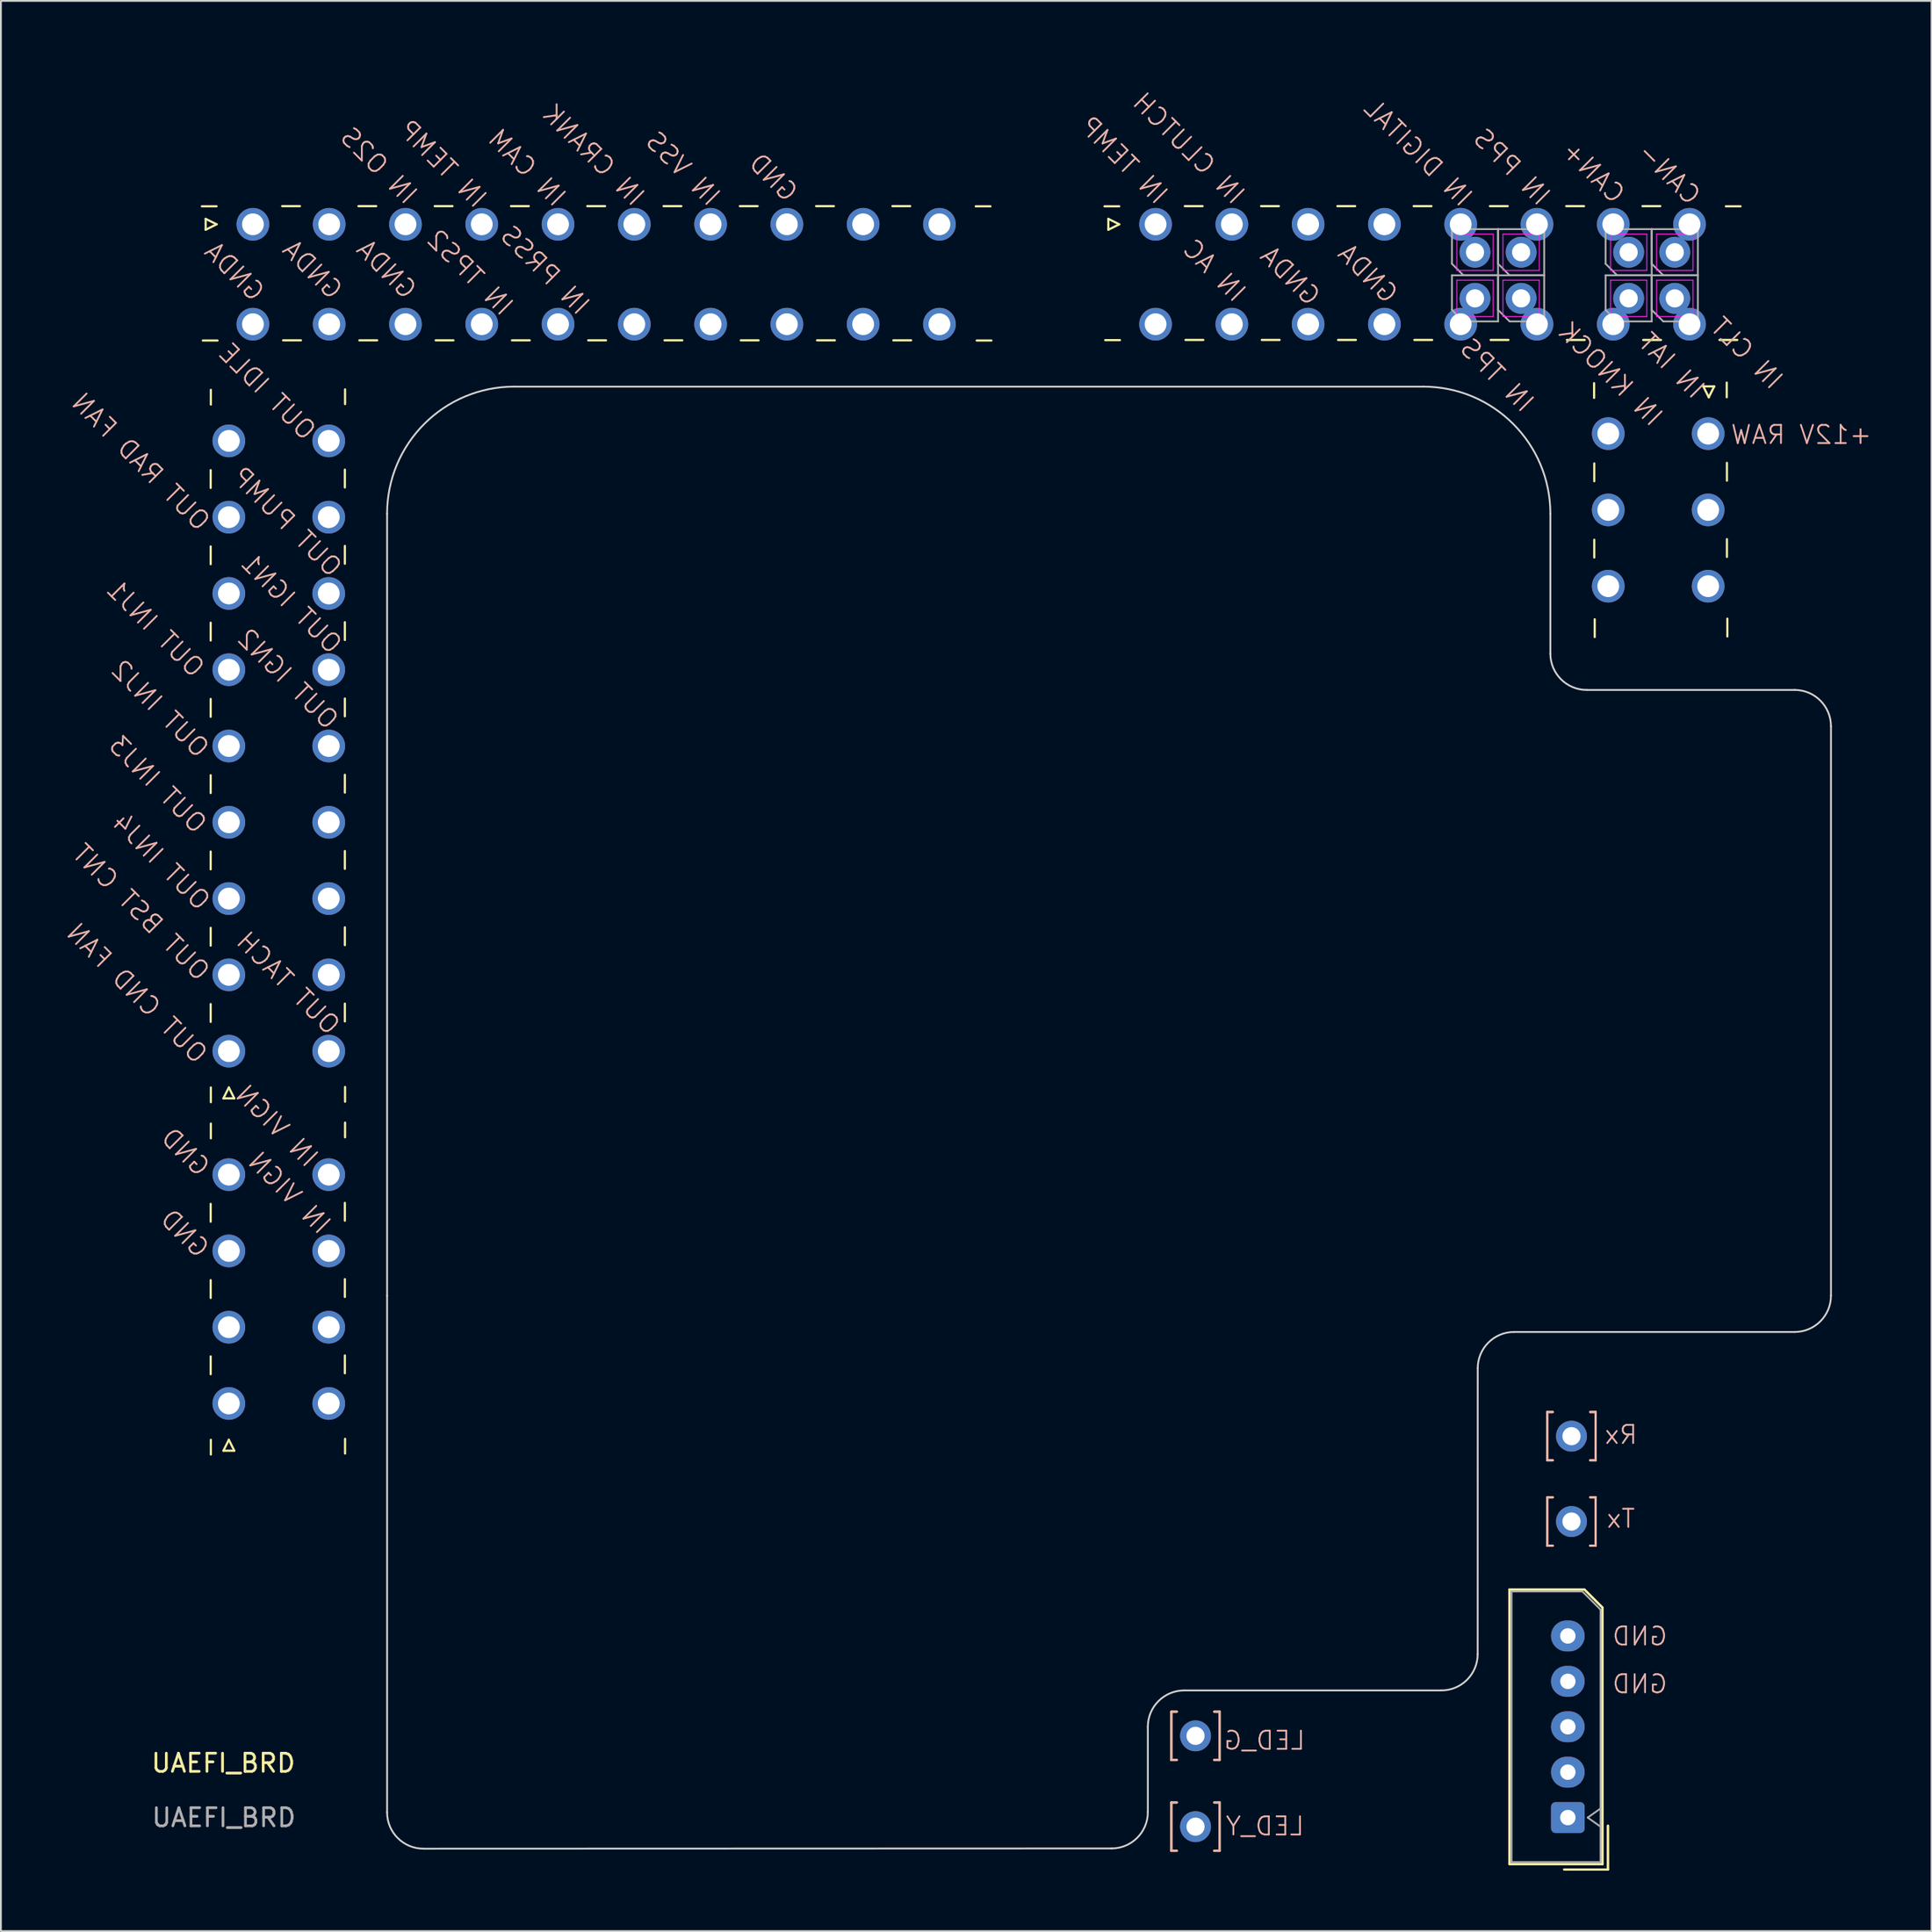
<source format=kicad_pcb>
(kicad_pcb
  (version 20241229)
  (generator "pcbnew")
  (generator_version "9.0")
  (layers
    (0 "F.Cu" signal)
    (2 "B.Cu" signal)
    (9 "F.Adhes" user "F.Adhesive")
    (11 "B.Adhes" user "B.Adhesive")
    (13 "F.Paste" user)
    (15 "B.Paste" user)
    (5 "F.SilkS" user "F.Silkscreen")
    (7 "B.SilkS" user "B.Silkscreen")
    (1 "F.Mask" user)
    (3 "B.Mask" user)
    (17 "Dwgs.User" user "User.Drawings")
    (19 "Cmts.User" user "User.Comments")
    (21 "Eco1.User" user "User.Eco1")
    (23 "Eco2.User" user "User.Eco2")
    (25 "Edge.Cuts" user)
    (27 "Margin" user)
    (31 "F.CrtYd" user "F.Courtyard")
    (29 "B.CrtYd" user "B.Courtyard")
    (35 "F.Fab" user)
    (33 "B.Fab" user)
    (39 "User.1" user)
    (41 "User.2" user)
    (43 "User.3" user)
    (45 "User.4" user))
  (footprint "UAEFI_BRD"
    (layer "F.Cu")
    (at 0.25 100.025)
    (property "Reference" "UAEFI_BRD" (at 9 -6 0) (unlocked yes) (layer "F.SilkS") (effects (font (size 1 1) (thickness 0.15))))
    (fp_line (start 8.025 -91.025) (end 8.625 -90.725) (stroke (width 0.12) (type solid)) (layer "F.SilkS"))
    (fp_line (start 8.025 -90.425) (end 8.025 -91.025) (stroke (width 0.12) (type solid)) (layer "F.SilkS"))
    (fp_line (start 8.3 -76.21) (end 8.3 -77.19) (stroke (width 0.12) (type solid)) (layer "F.SilkS"))
    (fp_line (start 8.3 -72.01) (end 8.3 -72.99) (stroke (width 0.12) (type solid)) (layer "F.SilkS"))
    (fp_line (start 8.3 -67.81) (end 8.3 -68.79) (stroke (width 0.12) (type solid)) (layer "F.SilkS"))
    (fp_line (start 8.3 -63.61) (end 8.3 -64.59) (stroke (width 0.12) (type solid)) (layer "F.SilkS"))
    (fp_line (start 8.3 -59.41) (end 8.3 -60.39) (stroke (width 0.12) (type solid)) (layer "F.SilkS"))
    (fp_line (start 8.3 -55.21) (end 8.3 -56.19) (stroke (width 0.12) (type solid)) (layer "F.SilkS"))
    (fp_line (start 8.3 -51.01) (end 8.3 -51.99) (stroke (width 0.12) (type solid)) (layer "F.SilkS"))
    (fp_line (start 8.3 -46.81) (end 8.3 -47.79) (stroke (width 0.12) (type solid)) (layer "F.SilkS"))
    (fp_line (start 8.3 -35.81) (end 8.3 -36.79) (stroke (width 0.12) (type solid)) (layer "F.SilkS"))
    (fp_line (start 8.3 -31.61) (end 8.3 -32.59) (stroke (width 0.12) (type solid)) (layer "F.SilkS"))
    (fp_line (start 8.3 -27.41) (end 8.3 -28.39) (stroke (width 0.12) (type solid)) (layer "F.SilkS"))
    (fp_line (start 8.31 -80.8) (end 8.31 -81.61) (stroke (width 0.12) (type solid)) (layer "F.SilkS"))
    (fp_line (start 8.31 -43.2) (end 8.31 -42.39) (stroke (width 0.12) (type solid)) (layer "F.SilkS"))
    (fp_line (start 8.31 -40.4) (end 8.31 -41.21) (stroke (width 0.12) (type solid)) (layer "F.SilkS"))
    (fp_line (start 8.31 -23.8) (end 8.31 -22.99) (stroke (width 0.12) (type solid)) (layer "F.SilkS"))
    (fp_line (start 8.625 -91.715) (end 7.815 -91.715) (stroke (width 0.12) (type solid)) (layer "F.SilkS"))
    (fp_line (start 8.625 -90.725) (end 8.025 -90.425) (stroke (width 0.12) (type solid)) (layer "F.SilkS"))
    (fp_line (start 8.677 -84.326) (end 7.867 -84.326) (stroke (width 0.12) (type solid)) (layer "F.SilkS"))
    (fp_line (start 9 -42.6) (end 9.3 -43.2) (stroke (width 0.12) (type solid)) (layer "F.SilkS"))
    (fp_line (start 9 -23.2) (end 9.3 -23.8) (stroke (width 0.12) (type solid)) (layer "F.SilkS"))
    (fp_line (start 9.3 -43.2) (end 9.6 -42.6) (stroke (width 0.12) (type solid)) (layer "F.SilkS"))
    (fp_line (start 9.3 -23.8) (end 9.6 -23.2) (stroke (width 0.12) (type solid)) (layer "F.SilkS"))
    (fp_line (start 9.6 -42.6) (end 9 -42.6) (stroke (width 0.12) (type solid)) (layer "F.SilkS"))
    (fp_line (start 9.6 -23.2) (end 9 -23.2) (stroke (width 0.12) (type solid)) (layer "F.SilkS"))
    (fp_line (start 12.235 -91.725) (end 13.215 -91.725) (stroke (width 0.12) (type solid)) (layer "F.SilkS"))
    (fp_line (start 12.287 -84.336) (end 13.267 -84.336) (stroke (width 0.12) (type solid)) (layer "F.SilkS"))
    (fp_line (start 15.689 -35.864) (end 15.689 -36.844) (stroke (width 0.12) (type solid)) (layer "F.SilkS"))
    (fp_line (start 15.689 -31.664) (end 15.689 -32.644) (stroke (width 0.12) (type solid)) (layer "F.SilkS"))
    (fp_line (start 15.689 -27.464) (end 15.689 -28.444) (stroke (width 0.12) (type solid)) (layer "F.SilkS"))
    (fp_line (start 15.689 -76.236) (end 15.689 -77.216) (stroke (width 0.12) (type solid)) (layer "F.SilkS"))
    (fp_line (start 15.689 -72.036) (end 15.689 -73.016) (stroke (width 0.12) (type solid)) (layer "F.SilkS"))
    (fp_line (start 15.689 -67.836) (end 15.689 -68.816) (stroke (width 0.12) (type solid)) (layer "F.SilkS"))
    (fp_line (start 15.689 -63.636) (end 15.689 -64.616) (stroke (width 0.12) (type solid)) (layer "F.SilkS"))
    (fp_line (start 15.689 -59.436) (end 15.689 -60.416) (stroke (width 0.12) (type solid)) (layer "F.SilkS"))
    (fp_line (start 15.689 -55.236) (end 15.689 -56.216) (stroke (width 0.12) (type solid)) (layer "F.SilkS"))
    (fp_line (start 15.689 -51.036) (end 15.689 -52.016) (stroke (width 0.12) (type solid)) (layer "F.SilkS"))
    (fp_line (start 15.689 -46.836) (end 15.689 -47.816) (stroke (width 0.12) (type solid)) (layer "F.SilkS"))
    (fp_line (start 15.699 -40.454) (end 15.699 -41.264) (stroke (width 0.12) (type solid)) (layer "F.SilkS"))
    (fp_line (start 15.699 -23.854) (end 15.699 -23.044) (stroke (width 0.12) (type solid)) (layer "F.SilkS"))
    (fp_line (start 15.699 -80.826) (end 15.699 -81.636) (stroke (width 0.12) (type solid)) (layer "F.SilkS"))
    (fp_line (start 15.699 -43.226) (end 15.699 -42.416) (stroke (width 0.12) (type solid)) (layer "F.SilkS"))
    (fp_line (start 16.435 -91.725) (end 17.415 -91.725) (stroke (width 0.12) (type solid)) (layer "F.SilkS"))
    (fp_line (start 16.487 -84.336) (end 17.467 -84.336) (stroke (width 0.12) (type solid)) (layer "F.SilkS"))
    (fp_line (start 20.635 -91.725) (end 21.615 -91.725) (stroke (width 0.12) (type solid)) (layer "F.SilkS"))
    (fp_line (start 20.687 -84.336) (end 21.667 -84.336) (stroke (width 0.12) (type solid)) (layer "F.SilkS"))
    (fp_line (start 24.835 -91.725) (end 25.815 -91.725) (stroke (width 0.12) (type solid)) (layer "F.SilkS"))
    (fp_line (start 24.887 -84.336) (end 25.867 -84.336) (stroke (width 0.12) (type solid)) (layer "F.SilkS"))
    (fp_line (start 29.035 -91.725) (end 30.015 -91.725) (stroke (width 0.12) (type solid)) (layer "F.SilkS"))
    (fp_line (start 29.087 -84.336) (end 30.067 -84.336) (stroke (width 0.12) (type solid)) (layer "F.SilkS"))
    (fp_line (start 33.235 -91.725) (end 34.215 -91.725) (stroke (width 0.12) (type solid)) (layer "F.SilkS"))
    (fp_line (start 33.287 -84.336) (end 34.267 -84.336) (stroke (width 0.12) (type solid)) (layer "F.SilkS"))
    (fp_line (start 37.435 -91.725) (end 38.415 -91.725) (stroke (width 0.12) (type solid)) (layer "F.SilkS"))
    (fp_line (start 37.487 -84.336) (end 38.467 -84.336) (stroke (width 0.12) (type solid)) (layer "F.SilkS"))
    (fp_line (start 41.635 -91.725) (end 42.615 -91.725) (stroke (width 0.12) (type solid)) (layer "F.SilkS"))
    (fp_line (start 41.687 -84.336) (end 42.667 -84.336) (stroke (width 0.12) (type solid)) (layer "F.SilkS"))
    (fp_line (start 45.835 -91.725) (end 46.815 -91.725) (stroke (width 0.12) (type solid)) (layer "F.SilkS"))
    (fp_line (start 45.887 -84.336) (end 46.867 -84.336) (stroke (width 0.12) (type solid)) (layer "F.SilkS"))
    (fp_line (start 50.425 -91.715) (end 51.235 -91.715) (stroke (width 0.12) (type solid)) (layer "F.SilkS"))
    (fp_line (start 50.477 -84.326) (end 51.287 -84.326) (stroke (width 0.12) (type solid)) (layer "F.SilkS"))
    (fp_line (start 57.725 -91.025) (end 58.325 -90.725) (stroke (width 0.12) (type solid)) (layer "F.SilkS"))
    (fp_line (start 57.725 -90.425) (end 57.725 -91.025) (stroke (width 0.12) (type solid)) (layer "F.SilkS"))
    (fp_line (start 58.325 -91.715) (end 57.515 -91.715) (stroke (width 0.12) (type solid)) (layer "F.SilkS"))
    (fp_line (start 58.325 -90.725) (end 57.725 -90.425) (stroke (width 0.12) (type solid)) (layer "F.SilkS"))
    (fp_line (start 58.364 -84.348) (end 57.554 -84.348) (stroke (width 0.12) (type solid)) (layer "F.SilkS"))
    (fp_line (start 61.195 -8.83) (end 61.195 -6.17) (stroke (width 0.12) (type solid)) (layer "F.SilkS"))
    (fp_line (start 61.195 -3.83) (end 61.195 -1.17) (stroke (width 0.12) (type solid)) (layer "F.SilkS"))
    (fp_line (start 61.49 -6.17) (end 61.195 -6.17) (stroke (width 0.12) (type solid)) (layer "F.SilkS"))
    (fp_line (start 61.49 -1.17) (end 61.195 -1.17) (stroke (width 0.12) (type solid)) (layer "F.SilkS"))
    (fp_line (start 61.501 -8.83) (end 61.195 -8.83) (stroke (width 0.12) (type solid)) (layer "F.SilkS"))
    (fp_line (start 61.501 -3.83) (end 61.195 -3.83) (stroke (width 0.12) (type solid)) (layer "F.SilkS"))
    (fp_line (start 61.935 -91.725) (end 62.915 -91.725) (stroke (width 0.12) (type solid)) (layer "F.SilkS"))
    (fp_line (start 61.974 -84.358) (end 62.954 -84.358) (stroke (width 0.12) (type solid)) (layer "F.SilkS"))
    (fp_line (start 63.549 -6.17) (end 63.855 -6.17) (stroke (width 0.12) (type solid)) (layer "F.SilkS"))
    (fp_line (start 63.549 -1.17) (end 63.855 -1.17) (stroke (width 0.12) (type solid)) (layer "F.SilkS"))
    (fp_line (start 63.561 -8.83) (end 63.855 -8.83) (stroke (width 0.12) (type solid)) (layer "F.SilkS"))
    (fp_line (start 63.561 -3.83) (end 63.855 -3.83) (stroke (width 0.12) (type solid)) (layer "F.SilkS"))
    (fp_line (start 63.855 -6.17) (end 63.855 -8.83) (stroke (width 0.12) (type solid)) (layer "F.SilkS"))
    (fp_line (start 63.855 -1.17) (end 63.855 -3.83) (stroke (width 0.12) (type solid)) (layer "F.SilkS"))
    (fp_line (start 66.135 -91.725) (end 67.115 -91.725) (stroke (width 0.12) (type solid)) (layer "F.SilkS"))
    (fp_line (start 66.174 -84.358) (end 67.154 -84.358) (stroke (width 0.12) (type solid)) (layer "F.SilkS"))
    (fp_line (start 70.335 -91.725) (end 71.315 -91.725) (stroke (width 0.12) (type solid)) (layer "F.SilkS"))
    (fp_line (start 70.374 -84.358) (end 71.354 -84.358) (stroke (width 0.12) (type solid)) (layer "F.SilkS"))
    (fp_line (start 74.535 -91.725) (end 75.515 -91.725) (stroke (width 0.12) (type solid)) (layer "F.SilkS"))
    (fp_line (start 74.574 -84.358) (end 75.554 -84.358) (stroke (width 0.12) (type solid)) (layer "F.SilkS"))
    (fp_line (start 78.735 -91.725) (end 79.715 -91.725) (stroke (width 0.12) (type solid)) (layer "F.SilkS"))
    (fp_line (start 78.774 -84.358) (end 79.754 -84.358) (stroke (width 0.12) (type solid)) (layer "F.SilkS"))
    (fp_line (start 79.815 -15.56) (end 79.815 -0.44) (stroke (width 0.12) (type solid)) (layer "F.SilkS"))
    (fp_line (start 79.815 -15.56) (end 79.815 -0.44) (stroke (width 0.12) (type solid)) (layer "F.SilkS"))
    (fp_line (start 79.815 -0.44) (end 84.935 -0.44) (stroke (width 0.12) (type solid)) (layer "F.SilkS"))
    (fp_line (start 79.815 -0.44) (end 84.935 -0.44) (stroke (width 0.12) (type solid)) (layer "F.SilkS"))
    (fp_line (start 81.895 -25.33) (end 81.895 -22.67) (stroke (width 0.12) (type solid)) (layer "F.SilkS"))
    (fp_line (start 81.895 -20.63) (end 81.895 -17.97) (stroke (width 0.12) (type solid)) (layer "F.SilkS"))
    (fp_line (start 82.19 -22.67) (end 81.895 -22.67) (stroke (width 0.12) (type solid)) (layer "F.SilkS"))
    (fp_line (start 82.19 -17.97) (end 81.895 -17.97) (stroke (width 0.12) (type solid)) (layer "F.SilkS"))
    (fp_line (start 82.201 -25.33) (end 81.895 -25.33) (stroke (width 0.12) (type solid)) (layer "F.SilkS"))
    (fp_line (start 82.201 -20.63) (end 81.895 -20.63) (stroke (width 0.12) (type solid)) (layer "F.SilkS"))
    (fp_line (start 82.825 -0.14) (end 85.235 -0.14) (stroke (width 0.12) (type solid)) (layer "F.SilkS"))
    (fp_line (start 82.825 -0.14) (end 85.235 -0.14) (stroke (width 0.12) (type solid)) (layer "F.SilkS"))
    (fp_line (start 82.935 -91.725) (end 83.915 -91.725) (stroke (width 0.12) (type solid)) (layer "F.SilkS"))
    (fp_line (start 82.974 -84.358) (end 83.954 -84.358) (stroke (width 0.12) (type solid)) (layer "F.SilkS"))
    (fp_line (start 83.935 -15.56) (end 79.815 -15.56) (stroke (width 0.12) (type solid)) (layer "F.SilkS"))
    (fp_line (start 83.935 -15.56) (end 79.815 -15.56) (stroke (width 0.12) (type solid)) (layer "F.SilkS"))
    (fp_line (start 84.249 -22.67) (end 84.555 -22.67) (stroke (width 0.12) (type solid)) (layer "F.SilkS"))
    (fp_line (start 84.249 -17.97) (end 84.555 -17.97) (stroke (width 0.12) (type solid)) (layer "F.SilkS"))
    (fp_line (start 84.261 -25.33) (end 84.555 -25.33) (stroke (width 0.12) (type solid)) (layer "F.SilkS"))
    (fp_line (start 84.261 -20.63) (end 84.555 -20.63) (stroke (width 0.12) (type solid)) (layer "F.SilkS"))
    (fp_line (start 84.47 -81.168) (end 84.47 -81.978) (stroke (width 0.12) (type solid)) (layer "F.SilkS"))
    (fp_line (start 84.48 -77.558) (end 84.48 -76.578) (stroke (width 0.12) (type solid)) (layer "F.SilkS"))
    (fp_line (start 84.48 -73.358) (end 84.48 -72.378) (stroke (width 0.12) (type solid)) (layer "F.SilkS"))
    (fp_line (start 84.504 -68) (end 84.504 -68.98) (stroke (width 0.12) (type solid)) (layer "F.SilkS"))
    (fp_line (start 84.555 -22.67) (end 84.555 -25.33) (stroke (width 0.12) (type solid)) (layer "F.SilkS"))
    (fp_line (start 84.555 -17.97) (end 84.555 -20.63) (stroke (width 0.12) (type solid)) (layer "F.SilkS"))
    (fp_line (start 84.935 -14.56) (end 83.935 -15.56) (stroke (width 0.12) (type solid)) (layer "F.SilkS"))
    (fp_line (start 84.935 -14.56) (end 83.935 -15.56) (stroke (width 0.12) (type solid)) (layer "F.SilkS"))
    (fp_line (start 84.935 -0.44) (end 84.935 -14.56) (stroke (width 0.12) (type solid)) (layer "F.SilkS"))
    (fp_line (start 84.935 -0.44) (end 84.935 -14.56) (stroke (width 0.12) (type solid)) (layer "F.SilkS"))
    (fp_line (start 85.235 -0.14) (end 85.235 -2.55) (stroke (width 0.12) (type solid)) (layer "F.SilkS"))
    (fp_line (start 85.235 -0.14) (end 85.235 -2.55) (stroke (width 0.12) (type solid)) (layer "F.SilkS"))
    (fp_line (start 87.135 -91.725) (end 88.115 -91.725) (stroke (width 0.12) (type solid)) (layer "F.SilkS"))
    (fp_line (start 87.174 -84.358) (end 88.154 -84.358) (stroke (width 0.12) (type solid)) (layer "F.SilkS"))
    (fp_line (start 90.484 -81.8) (end 91.084 -81.8) (stroke (width 0.12) (type solid)) (layer "F.SilkS"))
    (fp_line (start 90.784 -81.2) (end 90.484 -81.8) (stroke (width 0.12) (type solid)) (layer "F.SilkS"))
    (fp_line (start 91.084 -81.8) (end 90.784 -81.2) (stroke (width 0.12) (type solid)) (layer "F.SilkS"))
    (fp_line (start 91.374 -84.358) (end 92.354 -84.358) (stroke (width 0.12) (type solid)) (layer "F.SilkS"))
    (fp_line (start 91.725 -91.715) (end 92.535 -91.715) (stroke (width 0.12) (type solid)) (layer "F.SilkS"))
    (fp_line (start 91.774 -81.2) (end 91.774 -82.01) (stroke (width 0.12) (type solid)) (layer "F.SilkS"))
    (fp_line (start 91.784 -77.59) (end 91.784 -76.61) (stroke (width 0.12) (type solid)) (layer "F.SilkS"))
    (fp_line (start 91.784 -73.39) (end 91.784 -72.41) (stroke (width 0.12) (type solid)) (layer "F.SilkS"))
    (fp_line (start 91.808 -68.032) (end 91.808 -69.012) (stroke (width 0.12) (type solid)) (layer "F.SilkS"))
    (fp_line (start 61.195 -6.17) (end 61.195 -8.83) (stroke (width 0.12) (type solid)) (layer "B.SilkS"))
    (fp_line (start 61.195 -1.17) (end 61.195 -3.83) (stroke (width 0.12) (type solid)) (layer "B.SilkS"))
    (fp_line (start 61.49 -8.83) (end 61.195 -8.83) (stroke (width 0.12) (type solid)) (layer "B.SilkS"))
    (fp_line (start 61.49 -3.83) (end 61.195 -3.83) (stroke (width 0.12) (type solid)) (layer "B.SilkS"))
    (fp_line (start 61.501 -6.17) (end 61.195 -6.17) (stroke (width 0.12) (type solid)) (layer "B.SilkS"))
    (fp_line (start 61.501 -1.17) (end 61.195 -1.17) (stroke (width 0.12) (type solid)) (layer "B.SilkS"))
    (fp_line (start 63.549 -8.83) (end 63.855 -8.83) (stroke (width 0.12) (type solid)) (layer "B.SilkS"))
    (fp_line (start 63.549 -3.83) (end 63.855 -3.83) (stroke (width 0.12) (type solid)) (layer "B.SilkS"))
    (fp_line (start 63.561 -6.17) (end 63.855 -6.17) (stroke (width 0.12) (type solid)) (layer "B.SilkS"))
    (fp_line (start 63.561 -1.17) (end 63.855 -1.17) (stroke (width 0.12) (type solid)) (layer "B.SilkS"))
    (fp_line (start 63.855 -8.83) (end 63.855 -6.17) (stroke (width 0.12) (type solid)) (layer "B.SilkS"))
    (fp_line (start 63.855 -3.83) (end 63.855 -1.17) (stroke (width 0.12) (type solid)) (layer "B.SilkS"))
    (fp_line (start 81.895 -22.67) (end 81.895 -25.33) (stroke (width 0.12) (type solid)) (layer "B.SilkS"))
    (fp_line (start 81.895 -17.97) (end 81.895 -20.63) (stroke (width 0.12) (type solid)) (layer "B.SilkS"))
    (fp_line (start 82.19 -25.33) (end 81.895 -25.33) (stroke (width 0.12) (type solid)) (layer "B.SilkS"))
    (fp_line (start 82.19 -20.63) (end 81.895 -20.63) (stroke (width 0.12) (type solid)) (layer "B.SilkS"))
    (fp_line (start 82.201 -22.67) (end 81.895 -22.67) (stroke (width 0.12) (type solid)) (layer "B.SilkS"))
    (fp_line (start 82.201 -17.97) (end 81.895 -17.97) (stroke (width 0.12) (type solid)) (layer "B.SilkS"))
    (fp_line (start 84.249 -25.33) (end 84.555 -25.33) (stroke (width 0.12) (type solid)) (layer "B.SilkS"))
    (fp_line (start 84.249 -20.63) (end 84.555 -20.63) (stroke (width 0.12) (type solid)) (layer "B.SilkS"))
    (fp_line (start 84.261 -22.67) (end 84.555 -22.67) (stroke (width 0.12) (type solid)) (layer "B.SilkS"))
    (fp_line (start 84.261 -17.97) (end 84.555 -17.97) (stroke (width 0.12) (type solid)) (layer "B.SilkS"))
    (fp_line (start 84.555 -25.33) (end 84.555 -22.67) (stroke (width 0.12) (type solid)) (layer "B.SilkS"))
    (fp_line (start 84.555 -20.63) (end 84.555 -17.97) (stroke (width 0.12) (type solid)) (layer "B.SilkS"))
    (fp_line (start 18.013 -31.737) (end 18.013 -74.787) (stroke (width 0.1) (type default)) (layer "Edge.Cuts"))
    (fp_line (start 18.013 -31.737) (end 18.013 -3.287) (stroke (width 0.1) (type default)) (layer "Edge.Cuts"))
    (fp_line (start 57.9 -1.3) (end 20.013 -1.287) (stroke (width 0.1) (type default)) (layer "Edge.Cuts"))
    (fp_line (start 59.9 -3.3) (end 59.9 -8) (stroke (width 0.1) (type default)) (layer "Edge.Cuts"))
    (fp_line (start 61.9 -10) (end 76.06 -10) (stroke (width 0.1) (type default)) (layer "Edge.Cuts"))
    (fp_line (start 75.063 -81.787) (end 25.013 -81.787) (stroke (width 0.1) (type default)) (layer "Edge.Cuts"))
    (fp_line (start 78.063 -27.737) (end 78.06 -12) (stroke (width 0.1) (type default)) (layer "Edge.Cuts"))
    (fp_line (start 80.063 -29.737) (end 95.513 -29.737) (stroke (width 0.1) (type default)) (layer "Edge.Cuts"))
    (fp_line (start 82.063 -74.787) (end 82.063 -67.087) (stroke (width 0.1) (type default)) (layer "Edge.Cuts"))
    (fp_line (start 95.513 -65.087) (end 84.063 -65.087) (stroke (width 0.1) (type default)) (layer "Edge.Cuts"))
    (fp_line (start 97.513 -31.737) (end 97.513 -63.087) (stroke (width 0.1) (type default)) (layer "Edge.Cuts"))
    (fp_arc (start 18.012562 -74.787438) (mid 20.062815 -79.737185) (end 25.012563 -81.787437) (stroke (width 0.1) (type solid)) (layer "Edge.Cuts"))
    (fp_arc (start 20.012563 -1.287437) (mid 18.59835 -1.873224) (end 18.012563 -3.287437) (stroke (width 0.1) (type default)) (layer "Edge.Cuts"))
    (fp_arc (start 59.899911 -8.00008) (mid 60.485719 -9.414272) (end 61.899911 -10.00008) (stroke (width 0.1) (type default)) (layer "Edge.Cuts"))
    (fp_arc (start 59.9 -3.3) (mid 59.314192 -1.885808) (end 57.9 -1.3) (stroke (width 0.1) (type default)) (layer "Edge.Cuts"))
    (fp_arc (start 75.062815 -81.787437) (mid 80.012612 -79.73722) (end 82.062814 -74.787436) (stroke (width 0.1) (type solid)) (layer "Edge.Cuts"))
    (fp_arc (start 78.060074 -11.999926) (mid 77.474266 -10.585734) (end 76.060074 -9.999926) (stroke (width 0.1) (type default)) (layer "Edge.Cuts"))
    (fp_arc (start 78.062811 -27.73718) (mid 78.648619 -29.151383) (end 80.062811 -29.73718) (stroke (width 0.1) (type default)) (layer "Edge.Cuts"))
    (fp_arc (start 84.062814 -65.087437) (mid 82.648592 -65.673201) (end 82.062814 -67.087437) (stroke (width 0.1) (type default)) (layer "Edge.Cuts"))
    (fp_arc (start 95.512563 -65.087437) (mid 96.926766 -64.50164) (end 97.512563 -63.087437) (stroke (width 0.1) (type default)) (layer "Edge.Cuts"))
    (fp_arc (start 97.512563 -31.73718) (mid 96.926801 -30.322937) (end 95.512563 -29.73718) (stroke (width 0.1) (type default)) (layer "Edge.Cuts"))
    (fp_line (start 76.913 -90.187) (end 76.913 -88.187) (stroke (width 0.05) (type solid)) (layer "F.CrtYd"))
    (fp_line (start 76.913 -88.187) (end 78.913 -88.187) (stroke (width 0.05) (type solid)) (layer "F.CrtYd"))
    (fp_line (start 76.913 -87.647) (end 76.913 -85.647) (stroke (width 0.05) (type solid)) (layer "F.CrtYd"))
    (fp_line (start 76.913 -85.647) (end 78.913 -85.647) (stroke (width 0.05) (type solid)) (layer "F.CrtYd"))
    (fp_line (start 78.913 -90.187) (end 76.913 -90.187) (stroke (width 0.05) (type solid)) (layer "F.CrtYd"))
    (fp_line (start 78.913 -88.187) (end 78.913 -90.187) (stroke (width 0.05) (type solid)) (layer "F.CrtYd"))
    (fp_line (start 78.913 -87.647) (end 76.913 -87.647) (stroke (width 0.05) (type solid)) (layer "F.CrtYd"))
    (fp_line (start 78.913 -85.647) (end 78.913 -87.647) (stroke (width 0.05) (type solid)) (layer "F.CrtYd"))
    (fp_line (start 79.453 -90.187) (end 79.453 -88.187) (stroke (width 0.05) (type solid)) (layer "F.CrtYd"))
    (fp_line (start 79.453 -88.187) (end 81.453 -88.187) (stroke (width 0.05) (type solid)) (layer "F.CrtYd"))
    (fp_line (start 79.453 -87.647) (end 79.453 -85.647) (stroke (width 0.05) (type solid)) (layer "F.CrtYd"))
    (fp_line (start 79.453 -85.647) (end 81.453 -85.647) (stroke (width 0.05) (type solid)) (layer "F.CrtYd"))
    (fp_line (start 81.453 -90.187) (end 79.453 -90.187) (stroke (width 0.05) (type solid)) (layer "F.CrtYd"))
    (fp_line (start 81.453 -88.187) (end 81.453 -90.187) (stroke (width 0.05) (type solid)) (layer "F.CrtYd"))
    (fp_line (start 81.453 -87.647) (end 79.453 -87.647) (stroke (width 0.05) (type solid)) (layer "F.CrtYd"))
    (fp_line (start 81.453 -85.647) (end 81.453 -87.647) (stroke (width 0.05) (type solid)) (layer "F.CrtYd"))
    (fp_line (start 85.373 -90.187) (end 85.373 -88.187) (stroke (width 0.05) (type solid)) (layer "F.CrtYd"))
    (fp_line (start 85.373 -88.187) (end 87.373 -88.187) (stroke (width 0.05) (type solid)) (layer "F.CrtYd"))
    (fp_line (start 85.373 -87.647) (end 85.373 -85.647) (stroke (width 0.05) (type solid)) (layer "F.CrtYd"))
    (fp_line (start 85.373 -85.647) (end 87.373 -85.647) (stroke (width 0.05) (type solid)) (layer "F.CrtYd"))
    (fp_line (start 87.373 -90.187) (end 85.373 -90.187) (stroke (width 0.05) (type solid)) (layer "F.CrtYd"))
    (fp_line (start 87.373 -88.187) (end 87.373 -90.187) (stroke (width 0.05) (type solid)) (layer "F.CrtYd"))
    (fp_line (start 87.373 -87.647) (end 85.373 -87.647) (stroke (width 0.05) (type solid)) (layer "F.CrtYd"))
    (fp_line (start 87.373 -85.647) (end 87.373 -87.647) (stroke (width 0.05) (type solid)) (layer "F.CrtYd"))
    (fp_line (start 87.913 -90.187) (end 87.913 -88.187) (stroke (width 0.05) (type solid)) (layer "F.CrtYd"))
    (fp_line (start 87.913 -88.187) (end 89.913 -88.187) (stroke (width 0.05) (type solid)) (layer "F.CrtYd"))
    (fp_line (start 87.913 -87.647) (end 87.913 -85.647) (stroke (width 0.05) (type solid)) (layer "F.CrtYd"))
    (fp_line (start 87.913 -85.647) (end 89.913 -85.647) (stroke (width 0.05) (type solid)) (layer "F.CrtYd"))
    (fp_line (start 89.913 -90.187) (end 87.913 -90.187) (stroke (width 0.05) (type solid)) (layer "F.CrtYd"))
    (fp_line (start 89.913 -88.187) (end 89.913 -90.187) (stroke (width 0.05) (type solid)) (layer "F.CrtYd"))
    (fp_line (start 89.913 -87.647) (end 87.913 -87.647) (stroke (width 0.05) (type solid)) (layer "F.CrtYd"))
    (fp_line (start 89.913 -85.647) (end 89.913 -87.647) (stroke (width 0.05) (type solid)) (layer "F.CrtYd"))
    (fp_line (start 76.643 -90.457) (end 79.183 -90.457) (stroke (width 0.1) (type solid)) (layer "F.Fab"))
    (fp_line (start 76.643 -88.552) (end 76.643 -90.457) (stroke (width 0.1) (type solid)) (layer "F.Fab"))
    (fp_line (start 76.643 -87.917) (end 79.183 -87.917) (stroke (width 0.1) (type solid)) (layer "F.Fab"))
    (fp_line (start 76.643 -86.012) (end 76.643 -87.917) (stroke (width 0.1) (type solid)) (layer "F.Fab"))
    (fp_line (start 77.278 -87.917) (end 76.643 -88.552) (stroke (width 0.1) (type solid)) (layer "F.Fab"))
    (fp_line (start 77.278 -85.377) (end 76.643 -86.012) (stroke (width 0.1) (type solid)) (layer "F.Fab"))
    (fp_line (start 79.183 -90.457) (end 79.183 -87.917) (stroke (width 0.1) (type solid)) (layer "F.Fab"))
    (fp_line (start 79.183 -90.457) (end 81.723 -90.457) (stroke (width 0.1) (type solid)) (layer "F.Fab"))
    (fp_line (start 79.183 -88.552) (end 79.183 -90.457) (stroke (width 0.1) (type solid)) (layer "F.Fab"))
    (fp_line (start 79.183 -87.917) (end 77.278 -87.917) (stroke (width 0.1) (type solid)) (layer "F.Fab"))
    (fp_line (start 79.183 -87.917) (end 79.183 -85.377) (stroke (width 0.1) (type solid)) (layer "F.Fab"))
    (fp_line (start 79.183 -87.917) (end 81.723 -87.917) (stroke (width 0.1) (type solid)) (layer "F.Fab"))
    (fp_line (start 79.183 -86.012) (end 79.183 -87.917) (stroke (width 0.1) (type solid)) (layer "F.Fab"))
    (fp_line (start 79.183 -85.377) (end 77.278 -85.377) (stroke (width 0.1) (type solid)) (layer "F.Fab"))
    (fp_line (start 79.818 -87.917) (end 79.183 -88.552) (stroke (width 0.1) (type solid)) (layer "F.Fab"))
    (fp_line (start 79.818 -85.377) (end 79.183 -86.012) (stroke (width 0.1) (type solid)) (layer "F.Fab"))
    (fp_line (start 79.925 -15.45) (end 79.925 -0.55) (stroke (width 0.1) (type solid)) (layer "F.Fab"))
    (fp_line (start 79.925 -0.55) (end 84.825 -0.55) (stroke (width 0.1) (type solid)) (layer "F.Fab"))
    (fp_line (start 81.723 -90.457) (end 81.723 -87.917) (stroke (width 0.1) (type solid)) (layer "F.Fab"))
    (fp_line (start 81.723 -87.917) (end 79.818 -87.917) (stroke (width 0.1) (type solid)) (layer "F.Fab"))
    (fp_line (start 81.723 -87.917) (end 81.723 -85.377) (stroke (width 0.1) (type solid)) (layer "F.Fab"))
    (fp_line (start 81.723 -85.377) (end 79.818 -85.377) (stroke (width 0.1) (type solid)) (layer "F.Fab"))
    (fp_line (start 83.825 -15.45) (end 79.925 -15.45) (stroke (width 0.1) (type solid)) (layer "F.Fab"))
    (fp_line (start 84.118 -3) (end 84.825 -3.5) (stroke (width 0.1) (type solid)) (layer "F.Fab"))
    (fp_line (start 84.825 -14.45) (end 83.825 -15.45) (stroke (width 0.1) (type solid)) (layer "F.Fab"))
    (fp_line (start 84.825 -2.5) (end 84.118 -3) (stroke (width 0.1) (type solid)) (layer "F.Fab"))
    (fp_line (start 84.825 -0.55) (end 84.825 -14.45) (stroke (width 0.1) (type solid)) (layer "F.Fab"))
    (fp_line (start 85.103 -90.457) (end 87.643 -90.457) (stroke (width 0.1) (type solid)) (layer "F.Fab"))
    (fp_line (start 85.103 -88.552) (end 85.103 -90.457) (stroke (width 0.1) (type solid)) (layer "F.Fab"))
    (fp_line (start 85.103 -87.917) (end 87.643 -87.917) (stroke (width 0.1) (type solid)) (layer "F.Fab"))
    (fp_line (start 85.103 -86.012) (end 85.103 -87.917) (stroke (width 0.1) (type solid)) (layer "F.Fab"))
    (fp_line (start 85.738 -87.917) (end 85.103 -88.552) (stroke (width 0.1) (type solid)) (layer "F.Fab"))
    (fp_line (start 85.738 -85.377) (end 85.103 -86.012) (stroke (width 0.1) (type solid)) (layer "F.Fab"))
    (fp_line (start 87.643 -90.457) (end 87.643 -87.917) (stroke (width 0.1) (type solid)) (layer "F.Fab"))
    (fp_line (start 87.643 -90.457) (end 90.183 -90.457) (stroke (width 0.1) (type solid)) (layer "F.Fab"))
    (fp_line (start 87.643 -88.552) (end 87.643 -90.457) (stroke (width 0.1) (type solid)) (layer "F.Fab"))
    (fp_line (start 87.643 -87.917) (end 85.738 -87.917) (stroke (width 0.1) (type solid)) (layer "F.Fab"))
    (fp_line (start 87.643 -87.917) (end 87.643 -85.377) (stroke (width 0.1) (type solid)) (layer "F.Fab"))
    (fp_line (start 87.643 -87.917) (end 90.183 -87.917) (stroke (width 0.1) (type solid)) (layer "F.Fab"))
    (fp_line (start 87.643 -86.012) (end 87.643 -87.917) (stroke (width 0.1) (type solid)) (layer "F.Fab"))
    (fp_line (start 87.643 -85.377) (end 85.738 -85.377) (stroke (width 0.1) (type solid)) (layer "F.Fab"))
    (fp_line (start 88.278 -87.917) (end 87.643 -88.552) (stroke (width 0.1) (type solid)) (layer "F.Fab"))
    (fp_line (start 88.278 -85.377) (end 87.643 -86.012) (stroke (width 0.1) (type solid)) (layer "F.Fab"))
    (fp_line (start 90.183 -90.457) (end 90.183 -87.917) (stroke (width 0.1) (type solid)) (layer "F.Fab"))
    (fp_line (start 90.183 -87.917) (end 88.278 -87.917) (stroke (width 0.1) (type solid)) (layer "F.Fab"))
    (fp_line (start 90.183 -87.917) (end 90.183 -85.377) (stroke (width 0.1) (type solid)) (layer "F.Fab"))
    (fp_line (start 90.183 -85.377) (end 88.278 -85.377) (stroke (width 0.1) (type solid)) (layer "F.Fab"))
    (fp_line (start 0 -96.475) (end 0 -3.475) (stroke (width 0.1) (type default)) (layer "User.1"))
    (fp_line (start 3.5 0.025) (end 96.5 0.025) (stroke (width 0.1) (type default)) (layer "User.1"))
    (fp_line (start 96.5 -99.975) (end 3.5 -99.975) (stroke (width 0.1) (type default)) (layer "User.1"))
    (fp_line (start 100 -3.475) (end 100 -96.475) (stroke (width 0.1) (type default)) (layer "User.1"))
    (fp_arc (start 0 -96.474874) (mid 1.025128 -98.949746) (end 3.5 -99.974874) (stroke (width 0.1) (type default)) (layer "User.1"))
    (fp_arc (start 3.5 0.025126) (mid 1.025128 -1.000002) (end 0 -3.474874) (stroke (width 0.1) (type default)) (layer "User.1"))
    (fp_arc (start 96.5 -99.974874) (mid 98.974877 -98.949751) (end 100 -96.474874) (stroke (width 0.1) (type default)) (layer "User.1"))
    (fp_arc (start 100 -3.474874) (mid 98.97487 -1.000005) (end 96.5 0.025126) (stroke (width 0.1) (type default)) (layer "User.1"))
    (fp_text user "IN VIGN" (at 14.272 -34.931 315) (unlocked yes) (layer "B.SilkS") (effects (font (size 1 1) (thickness 0.1)) (justify left bottom mirror)))
    (fp_text user "IN CLT" (at 94.224 -81.447 315) (unlocked yes) (layer "B.SilkS") (effects (font (size 1 1) (thickness 0.1)) (justify left bottom mirror)))
    (fp_text user "IN VSS" (at 35.715 -91.542 315) (unlocked yes) (layer "B.SilkS") (effects (font (size 1 1) (thickness 0.1)) (justify left bottom mirror)))
    (fp_text user "OUT IGN1" (at 14.884 -66.884 315) (unlocked yes) (layer "B.SilkS") (effects (font (size 1 1) (thickness 0.1)) (justify left bottom mirror)))
    (fp_text user "OUT CND FAN" (at 7.472 -44.328 315) (unlocked yes) (layer "B.SilkS") (effects (font (size 1 1) (thickness 0.1)) (justify left bottom mirror)))
    (fp_text user "IN PRSS" (at 28.526 -85.547 315) (unlocked yes) (layer "B.SilkS") (effects (font (size 1 1) (thickness 0.1)) (justify left bottom mirror)))
    (fp_text user "OUT INJ2" (at 7.568 -61.167 315) (unlocked yes) (layer "B.SilkS") (effects (font (size 1 1) (thickness 0.1)) (justify left bottom mirror)))
    (fp_text user "IN TPS2" (at 24.314 -85.505 315) (unlocked yes) (layer "B.SilkS") (effects (font (size 1 1) (thickness 0.1)) (justify left bottom mirror)))
    (fp_text user "GNDA" (at 73.032 -86.168 315) (unlocked yes) (layer "B.SilkS") (effects (font (size 1 1) (thickness 0.1)) (justify left bottom mirror)))
    (fp_text user "IN AC" (at 64.655 -86.253 315) (unlocked yes) (layer "B.SilkS") (effects (font (size 1 1) (thickness 0.1)) (justify left bottom mirror)))
    (fp_text user "GNDA" (at 18.999 -86.403 315) (unlocked yes) (layer "B.SilkS") (effects (font (size 1 1) (thickness 0.1)) (justify left bottom mirror)))
    (fp_text user "IN PPS" (at 81.417 -91.568 315) (unlocked yes) (layer "B.SilkS") (effects (font (size 1 1) (thickness 0.1)) (justify left bottom mirror)))
    (fp_text user "CAN+" (at 85.531 -91.675 315) (unlocked yes) (layer "B.SilkS") (effects (font (size 1 1) (thickness 0.1)) (justify left bottom mirror)))
    (fp_text user "GND" (at 7.582 -33.616 315) (unlocked yes) (layer "B.SilkS") (effects (font (size 1 1) (thickness 0.1)) (justify left bottom mirror)))
    (fp_text user "OUT RAD FAN" (at 7.62 -73.66 315) (unlocked yes) (layer "B.SilkS") (effects (font (size 1 1) (thickness 0.1)) (justify left bottom mirror)))
    (fp_text user "Rx" (at 86.925 -23.495 0) (unlocked yes) (layer "B.SilkS") (effects (font (size 1 1) (thickness 0.1)) (justify left bottom mirror)))
    (fp_text user "+12V RAW" (at 99.825 -78.554 0) (unlocked yes) (layer "B.SilkS") (effects (font (size 1 1) (thickness 0.1)) (justify left bottom mirror)))
    (fp_text user "IN TEMP" (at 60.359 -91.64 315) (unlocked yes) (layer "B.SilkS") (effects (font (size 1 1) (thickness 0.1)) (justify left bottom mirror)))
    (fp_text user "OUT INJ1" (at 7.312 -65.593 315) (unlocked yes) (layer "B.SilkS") (effects (font (size 1 1) (thickness 0.1)) (justify left bottom mirror)))
    (fp_text user "OUT PUMP" (at 14.881 -71.124 315) (unlocked yes) (layer "B.SilkS") (effects (font (size 1 1) (thickness 0.1)) (justify left bottom mirror)))
    (fp_text user "IN O2S" (at 19.037 -91.639 315) (unlocked yes) (layer "B.SilkS") (effects (font (size 1 1) (thickness 0.1)) (justify left bottom mirror)))
    (fp_text user "IN TPS" (at 80.519 -80.185 315) (unlocked yes) (layer "B.SilkS") (effects (font (size 1 1) (thickness 0.1)) (justify left bottom mirror)))
    (fp_text user "LED_G" (at 68.632 -6.658 0) (unlocked yes) (layer "B.SilkS") (effects (font (size 1 1) (thickness 0.1)) (justify left bottom mirror)))
    (fp_text user "IN DIGITAL" (at 77.127 -91.511 315) (unlocked yes) (layer "B.SilkS") (effects (font (size 1 1) (thickness 0.1)) (justify left bottom mirror)))
    (fp_text user "OUT IDLE" (at 13.448 -78.651 315) (unlocked yes) (layer "B.SilkS") (effects (font (size 1 1) (thickness 0.1)) (justify left bottom mirror)))
    (fp_text user "IN CAM" (at 27.216 -91.51 315) (unlocked yes) (layer "B.SilkS") (effects (font (size 1 1) (thickness 0.1)) (justify left bottom mirror)))
    (fp_text user "CAN-" (at 89.7 -91.59 315) (unlocked yes) (layer "B.SilkS") (effects (font (size 1 1) (thickness 0.1)) (justify left bottom mirror)))
    (fp_text user "OUT INJ4" (at 7.632 -52.764 315) (unlocked yes) (layer "B.SilkS") (effects (font (size 1 1) (thickness 0.1)) (justify left bottom mirror)))
    (fp_text user "GND" (at 88.579 -12.399 0) (unlocked yes) (layer "B.SilkS") (effects (font (size 1 1) (thickness 0.1)) (justify left bottom mirror)))
    (fp_text user "IN IAT" (at 89.926 -80.933 315) (unlocked yes) (layer "B.SilkS") (effects (font (size 1 1) (thickness 0.1)) (justify left bottom mirror)))
    (fp_text user "IN VIGN" (at 13.579 -38.619 315) (unlocked yes) (layer "B.SilkS") (effects (font (size 1 1) (thickness 0.1)) (justify left bottom mirror)))
    (fp_text user "OUT BST CNT" (at 7.6 -48.883 315) (unlocked yes) (layer "B.SilkS") (effects (font (size 1 1) (thickness 0.1)) (justify left bottom mirror)))
    (fp_text user "GND" (at 7.62 -38.1 315) (unlocked yes) (layer "B.SilkS") (effects (font (size 1 1) (thickness 0.1)) (justify left bottom mirror)))
    (fp_text user "GNDA" (at 68.756 -86.039 315) (unlocked yes) (layer "B.SilkS") (effects (font (size 1 1) (thickness 0.1)) (justify left bottom mirror)))
    (fp_text user "IN TEMP" (at 22.86 -91.44 315) (unlocked yes) (layer "B.SilkS") (effects (font (size 1 1) (thickness 0.1)) (justify left bottom mirror)))
    (fp_text user "OUT IGN2" (at 14.689 -62.725 315) (unlocked yes) (layer "B.SilkS") (effects (font (size 1 1) (thickness 0.1)) (justify left bottom mirror)))
    (fp_text user "GNDA" (at 14.924 -86.386 315) (unlocked yes) (layer "B.SilkS") (effects (font (size 1 1) (thickness 0.1)) (justify left bottom mirror)))
    (fp_text user "IN CRANK" (at 31.546 -91.542 315) (unlocked yes) (layer "B.SilkS") (effects (font (size 1 1) (thickness 0.1)) (justify left bottom mirror)))
    (fp_text user "GND" (at 39.986 -91.761 315) (unlocked yes) (layer "B.SilkS") (effects (font (size 1 1) (thickness 0.1)) (justify left bottom mirror)))
    (fp_text user "Tx" (at 86.797 -18.877 0) (unlocked yes) (layer "B.SilkS") (effects (font (size 1 1) (thickness 0.1)) (justify left bottom mirror)))
    (fp_text user "GNDA" (at 10.626 -86.279 315) (unlocked yes) (layer "B.SilkS") (effects (font (size 1 1) (thickness 0.1)) (justify left bottom mirror)))
    (fp_text user "GND" (at 88.579 -9.769 0) (unlocked yes) (layer "B.SilkS") (effects (font (size 1 1) (thickness 0.1)) (justify left bottom mirror)))
    (fp_text user "IN CLUTCH" (at 64.595 -91.636 315) (unlocked yes) (layer "B.SilkS") (effects (font (size 1 1) (thickness 0.1)) (justify left bottom mirror)))
    (fp_text user "LED_Y" (at 68.58 -1.943 0) (unlocked yes) (layer "B.SilkS") (effects (font (size 1 1) (thickness 0.1)) (justify left bottom mirror)))
    (fp_text user "OUT TACH" (at 14.774 -45.908 315) (unlocked yes) (layer "B.SilkS") (effects (font (size 1 1) (thickness 0.1)) (justify left bottom mirror)))
    (fp_text user "OUT INJ3" (at 7.44 -56.997 315) (unlocked yes) (layer "B.SilkS") (effects (font (size 1 1) (thickness 0.1)) (justify left bottom mirror)))
    (fp_text user "IN KNOCK" (at 87.605 -79.415 315) (unlocked yes) (layer "B.SilkS") (effects (font (size 1 1) (thickness 0.1)) (justify left bottom mirror)))
    (fp_text user "${REFERENCE}" (at 9.025 -3 0) (unlocked yes) (layer "F.Fab") (effects (font (size 1 1) (thickness 0.15))))
    (pad "A1" thru_hole circle (at 9.3 -25.8 90) (size 1.8 1.8) (drill 1.2) (layers "*.Cu" "*.Mask"))
    (pad "A2" thru_hole circle (at 9.3 -30 90) (size 1.8 1.8) (drill 1.2) (layers "*.Cu" "*.Mask"))
    (pad "A3" thru_hole circle (at 9.3 -34.2 90) (size 1.8 1.8) (drill 1.2) (layers "*.Cu" "*.Mask"))
    (pad "A4" thru_hole circle (at 9.3 -38.4 90) (size 1.8 1.8) (drill 1.2) (layers "*.Cu" "*.Mask"))
    (pad "A5" thru_hole circle (at 14.8 -25.8 90) (size 1.8 1.8) (drill 1.2) (layers "*.Cu" "*.Mask"))
    (pad "A6" thru_hole circle (at 14.8 -30 90) (size 1.8 1.8) (drill 1.2) (layers "*.Cu" "*.Mask"))
    (pad "A7" thru_hole circle (at 14.8 -34.2 90) (size 1.8 1.8) (drill 1.2) (layers "*.Cu" "*.Mask"))
    (pad "A8" thru_hole circle (at 14.8 -38.4 90) (size 1.8 1.8) (drill 1.2) (layers "*.Cu" "*.Mask"))
    (pad "B1" thru_hole circle (at 9.3 -45.2 90) (size 1.8 1.8) (drill 1.2) (layers "*.Cu" "*.Mask"))
    (pad "B2" thru_hole circle (at 9.3 -49.4 90) (size 1.8 1.8) (drill 1.2) (layers "*.Cu" "*.Mask"))
    (pad "B3" thru_hole circle (at 9.3 -53.6 90) (size 1.8 1.8) (drill 1.2) (layers "*.Cu" "*.Mask"))
    (pad "B4" thru_hole circle (at 9.3 -57.8 90) (size 1.8 1.8) (drill 1.2) (layers "*.Cu" "*.Mask"))
    (pad "B5" thru_hole circle (at 9.3 -62 90) (size 1.8 1.8) (drill 1.2) (layers "*.Cu" "*.Mask"))
    (pad "B6" thru_hole circle (at 9.3 -66.2 90) (size 1.8 1.8) (drill 1.2) (layers "*.Cu" "*.Mask"))
    (pad "B7" thru_hole circle (at 9.3 -70.4 90) (size 1.8 1.8) (drill 1.2) (layers "*.Cu" "*.Mask"))
    (pad "B8" thru_hole circle (at 9.3 -74.6 90) (size 1.8 1.8) (drill 1.2) (layers "*.Cu" "*.Mask"))
    (pad "B9" thru_hole circle (at 9.3 -78.8 90) (size 1.8 1.8) (drill 1.2) (layers "*.Cu" "*.Mask"))
    (pad "B10" thru_hole circle (at 14.8 -45.2 90) (size 1.8 1.8) (drill 1.2) (layers "*.Cu" "*.Mask"))
    (pad "B11" thru_hole circle (at 14.8 -49.4 90) (size 1.8 1.8) (drill 1.2) (layers "*.Cu" "*.Mask"))
    (pad "B12" thru_hole circle (at 14.8 -53.6 90) (size 1.8 1.8) (drill 1.2) (layers "*.Cu" "*.Mask"))
    (pad "B13" thru_hole circle (at 14.8 -57.8 90) (size 1.8 1.8) (drill 1.2) (layers "*.Cu" "*.Mask"))
    (pad "B14" thru_hole circle (at 14.8 -62 90) (size 1.8 1.8) (drill 1.2) (layers "*.Cu" "*.Mask"))
    (pad "B15" thru_hole circle (at 14.8 -66.2 90) (size 1.8 1.8) (drill 1.2) (layers "*.Cu" "*.Mask"))
    (pad "B16" thru_hole circle (at 14.8 -70.4 90) (size 1.8 1.8) (drill 1.2) (layers "*.Cu" "*.Mask"))
    (pad "B17" thru_hole circle (at 14.8 -74.6 90) (size 1.8 1.8) (drill 1.2) (layers "*.Cu" "*.Mask"))
    (pad "B18" thru_hole circle (at 14.8 -78.8 90) (size 1.8 1.8) (drill 1.2) (layers "*.Cu" "*.Mask"))
    (pad "C1" thru_hole circle (at 10.625 -90.725) (size 1.8 1.8) (drill 1.2) (layers "*.Cu" "*.Mask"))
    (pad "C2" thru_hole circle (at 14.825 -90.725) (size 1.8 1.8) (drill 1.2) (layers "*.Cu" "*.Mask"))
    (pad "C3" thru_hole circle (at 19.025 -90.725) (size 1.8 1.8) (drill 1.2) (layers "*.Cu" "*.Mask"))
    (pad "C4" thru_hole circle (at 23.225 -90.725) (size 1.8 1.8) (drill 1.2) (layers "*.Cu" "*.Mask"))
    (pad "C5" thru_hole circle (at 27.425 -90.725) (size 1.8 1.8) (drill 1.2) (layers "*.Cu" "*.Mask"))
    (pad "C6" thru_hole circle (at 31.625 -90.725) (size 1.8 1.8) (drill 1.2) (layers "*.Cu" "*.Mask"))
    (pad "C7" thru_hole circle (at 35.825 -90.725) (size 1.8 1.8) (drill 1.2) (layers "*.Cu" "*.Mask"))
    (pad "C8" thru_hole circle (at 40.025 -90.725) (size 1.8 1.8) (drill 1.2) (layers "*.Cu" "*.Mask"))
    (pad "C9" thru_hole circle (at 44.225 -90.725) (size 1.8 1.8) (drill 1.2) (layers "*.Cu" "*.Mask"))
    (pad "C10" thru_hole circle (at 48.425 -90.725) (size 1.8 1.8) (drill 1.2) (layers "*.Cu" "*.Mask"))
    (pad "C11" thru_hole circle (at 10.625 -85.225) (size 1.8 1.8) (drill 1.2) (layers "*.Cu" "*.Mask"))
    (pad "C12" thru_hole circle (at 14.825 -85.225) (size 1.8 1.8) (drill 1.2) (layers "*.Cu" "*.Mask"))
    (pad "C13" thru_hole circle (at 19.025 -85.225) (size 1.8 1.8) (drill 1.2) (layers "*.Cu" "*.Mask"))
    (pad "C14" thru_hole circle (at 23.225 -85.225) (size 1.8 1.8) (drill 1.2) (layers "*.Cu" "*.Mask"))
    (pad "C15" thru_hole circle (at 27.425 -85.225) (size 1.8 1.8) (drill 1.2) (layers "*.Cu" "*.Mask"))
    (pad "C16" thru_hole circle (at 31.625 -85.225) (size 1.8 1.8) (drill 1.2) (layers "*.Cu" "*.Mask"))
    (pad "C17" thru_hole circle (at 35.825 -85.225) (size 1.8 1.8) (drill 1.2) (layers "*.Cu" "*.Mask"))
    (pad "C18" thru_hole circle (at 40.025 -85.225) (size 1.8 1.8) (drill 1.2) (layers "*.Cu" "*.Mask"))
    (pad "C19" thru_hole circle (at 44.225 -85.225) (size 1.8 1.8) (drill 1.2) (layers "*.Cu" "*.Mask"))
    (pad "C20" thru_hole circle (at 48.425 -85.225) (size 1.8 1.8) (drill 1.2) (layers "*.Cu" "*.Mask"))
    (pad "D1" thru_hole circle (at 60.325 -90.725) (size 1.8 1.8) (drill 1.2) (layers "*.Cu" "*.Mask"))
    (pad "D2" thru_hole circle (at 64.525 -90.725) (size 1.8 1.8) (drill 1.2) (layers "*.Cu" "*.Mask"))
    (pad "D3" thru_hole circle (at 68.725 -90.725) (size 1.8 1.8) (drill 1.2) (layers "*.Cu" "*.Mask"))
    (pad "D4" thru_hole circle (at 72.925 -90.725) (size 1.8 1.8) (drill 1.2) (layers "*.Cu" "*.Mask"))
    (pad "D5" thru_hole circle (at 77.125 -90.725) (size 1.8 1.8) (drill 1.2) (layers "*.Cu" "*.Mask"))
    (pad "D5" thru_hole circle (at 77.913 -89.187 90) (size 1.7 1.7) (drill 1) (layers "*.Cu" "*.Mask"))
    (pad "D6" thru_hole circle (at 80.453 -89.187 90) (size 1.7 1.7) (drill 1) (layers "*.Cu" "*.Mask"))
    (pad "D6" thru_hole circle (at 81.325 -90.725) (size 1.8 1.8) (drill 1.2) (layers "*.Cu" "*.Mask"))
    (pad "D7" thru_hole circle (at 85.525 -90.725) (size 1.8 1.8) (drill 1.2) (layers "*.Cu" "*.Mask"))
    (pad "D7" thru_hole circle (at 86.373 -89.187 90) (size 1.7 1.7) (drill 1) (layers "*.Cu" "*.Mask"))
    (pad "D8" thru_hole circle (at 88.913 -89.187 90) (size 1.7 1.7) (drill 1) (layers "*.Cu" "*.Mask"))
    (pad "D8" thru_hole circle (at 89.725 -90.725) (size 1.8 1.8) (drill 1.2) (layers "*.Cu" "*.Mask"))
    (pad "D9" thru_hole circle (at 60.325 -85.225) (size 1.8 1.8) (drill 1.2) (layers "*.Cu" "*.Mask"))
    (pad "D10" thru_hole circle (at 64.525 -85.225) (size 1.8 1.8) (drill 1.2) (layers "*.Cu" "*.Mask"))
    (pad "D11" thru_hole circle (at 68.725 -85.225) (size 1.8 1.8) (drill 1.2) (layers "*.Cu" "*.Mask"))
    (pad "D12" thru_hole circle (at 72.925 -85.225) (size 1.8 1.8) (drill 1.2) (layers "*.Cu" "*.Mask"))
    (pad "D13" thru_hole circle (at 77.125 -85.225) (size 1.8 1.8) (drill 1.2) (layers "*.Cu" "*.Mask"))
    (pad "D13" thru_hole circle (at 77.913 -86.647 90) (size 1.7 1.7) (drill 1) (layers "*.Cu" "*.Mask"))
    (pad "D14" thru_hole circle (at 80.453 -86.647 90) (size 1.7 1.7) (drill 1) (layers "*.Cu" "*.Mask"))
    (pad "D14" thru_hole circle (at 81.325 -85.225) (size 1.8 1.8) (drill 1.2) (layers "*.Cu" "*.Mask"))
    (pad "D15" thru_hole circle (at 85.525 -85.225) (size 1.8 1.8) (drill 1.2) (layers "*.Cu" "*.Mask"))
    (pad "D15" thru_hole circle (at 86.373 -86.647 90) (size 1.7 1.7) (drill 1) (layers "*.Cu" "*.Mask"))
    (pad "D16" thru_hole circle (at 88.913 -86.647 90) (size 1.7 1.7) (drill 1) (layers "*.Cu" "*.Mask"))
    (pad "D16" thru_hole circle (at 89.725 -85.225) (size 1.8 1.8) (drill 1.2) (layers "*.Cu" "*.Mask"))
    (pad "E1" thru_hole circle (at 90.75 -79.2 270) (size 1.8 1.8) (drill 1.2) (layers "*.Cu" "*.Mask"))
    (pad "E2" thru_hole circle (at 90.75 -75 270) (size 1.8 1.8) (drill 1.2) (layers "*.Cu" "*.Mask"))
    (pad "E3" thru_hole circle (at 90.75 -70.8 270) (size 1.8 1.8) (drill 1.2) (layers "*.Cu" "*.Mask"))
    (pad "E4" thru_hole circle (at 85.25 -79.2 270) (size 1.8 1.8) (drill 1.2) (layers "*.Cu" "*.Mask"))
    (pad "E5" thru_hole circle (at 85.25 -75 270) (size 1.8 1.8) (drill 1.2) (layers "*.Cu" "*.Mask"))
    (pad "E6" thru_hole circle (at 85.25 -70.8 270) (size 1.8 1.8) (drill 1.2) (layers "*.Cu" "*.Mask"))
    (pad "J1" thru_hole roundrect (at 83.025 -3 90) (size 1.7 1.85) (drill 0.85) (layers "*.Cu" "*.Mask") (roundrect_rratio 0.147))
    (pad "J2" thru_hole oval (at 83.025 -5.5 90) (size 1.7 1.85) (drill 0.85) (layers "*.Cu" "*.Mask"))
    (pad "J3" thru_hole oval (at 83.025 -8 90) (size 1.7 1.85) (drill 0.85) (layers "*.Cu" "*.Mask"))
    (pad "J4" thru_hole oval (at 83.025 -10.5 90) (size 1.7 1.85) (drill 0.85) (layers "*.Cu" "*.Mask"))
    (pad "J5" thru_hole oval (at 83.025 -13 90) (size 1.7 1.85) (drill 0.85) (layers "*.Cu" "*.Mask"))
    (pad "P3" thru_hole circle (at 62.525 -2.5) (size 1.7 1.7) (drill 1) (layers "*.Cu" "*.Mask"))
    (pad "P4" thru_hole circle (at 62.525 -7.5) (size 1.7 1.7) (drill 1) (layers "*.Cu" "*.Mask"))
    (pad "P7" thru_hole circle (at 83.225 -24) (size 1.7 1.7) (drill 1) (layers "*.Cu" "*.Mask"))
    (pad "P8" thru_hole circle (at 83.225 -19.3) (size 1.7 1.7) (drill 1) (layers "*.Cu" "*.Mask")))
  (gr_rect
    (start -3 -3)
    (end 103.3 103.275)
    (stroke (width 0.1) (type default))
    (fill no)
    (layer "Edge.Cuts")))
</source>
